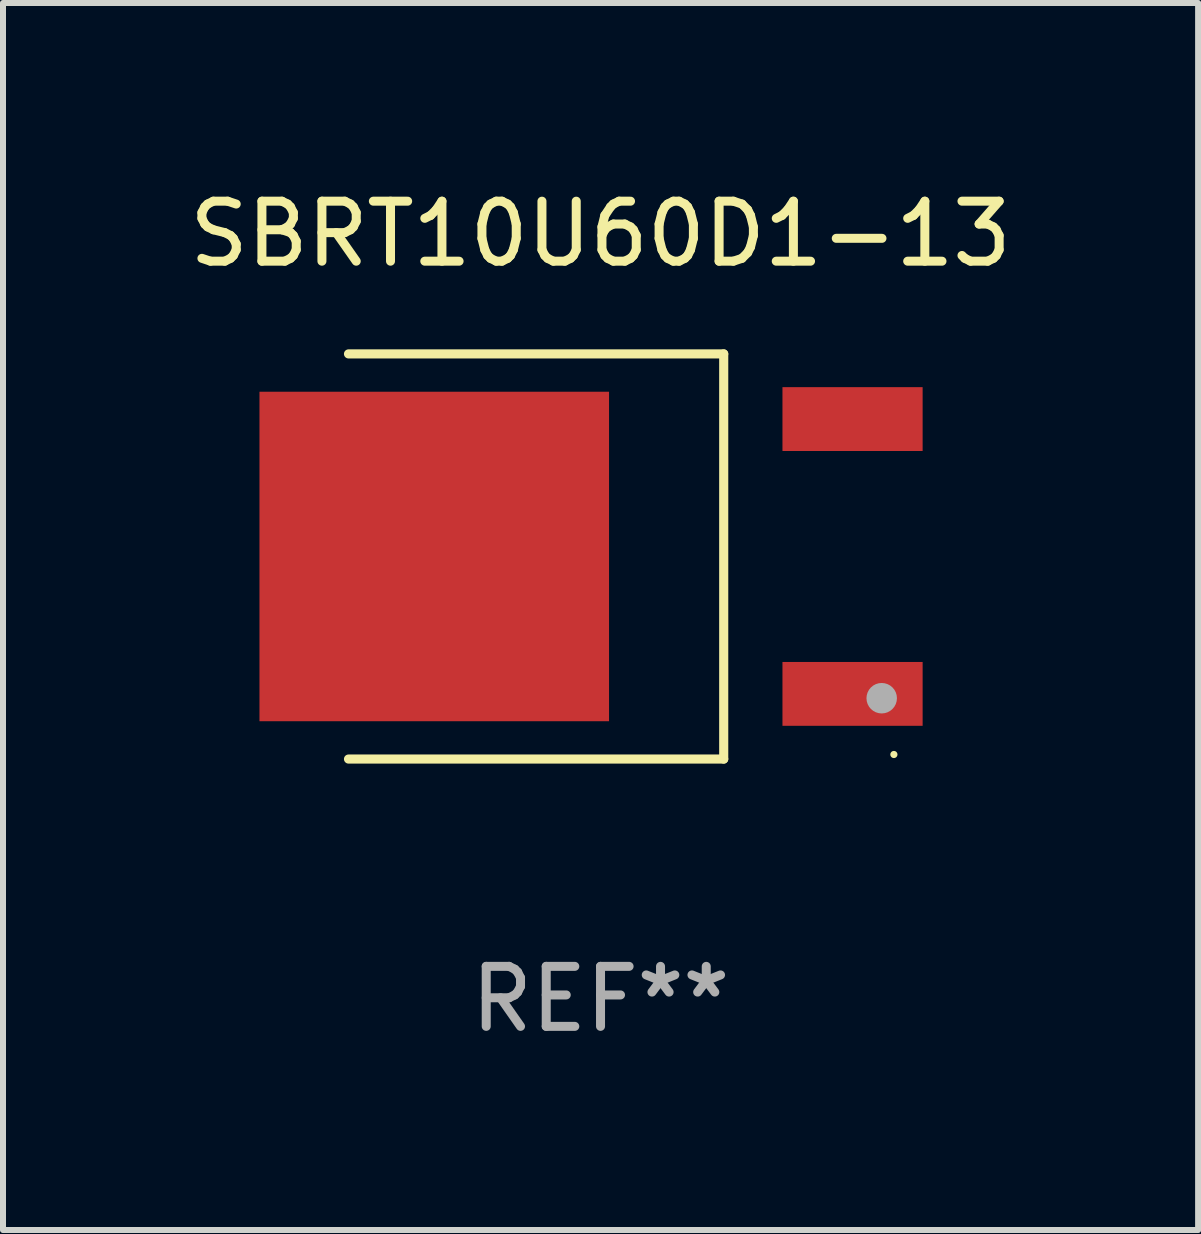
<source format=kicad_pcb>
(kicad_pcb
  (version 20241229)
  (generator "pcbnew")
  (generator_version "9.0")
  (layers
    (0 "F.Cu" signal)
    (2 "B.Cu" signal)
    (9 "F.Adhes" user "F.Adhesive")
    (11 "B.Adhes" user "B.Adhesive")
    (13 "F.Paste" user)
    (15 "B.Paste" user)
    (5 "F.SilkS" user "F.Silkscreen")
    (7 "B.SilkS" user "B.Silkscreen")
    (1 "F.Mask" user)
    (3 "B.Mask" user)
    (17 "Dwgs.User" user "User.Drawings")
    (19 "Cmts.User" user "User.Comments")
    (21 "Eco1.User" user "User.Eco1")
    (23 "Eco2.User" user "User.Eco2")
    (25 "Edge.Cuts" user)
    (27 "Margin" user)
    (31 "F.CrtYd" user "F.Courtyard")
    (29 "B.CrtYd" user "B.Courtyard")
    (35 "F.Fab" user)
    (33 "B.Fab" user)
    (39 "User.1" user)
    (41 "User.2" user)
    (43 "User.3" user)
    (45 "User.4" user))
  (footprint "SBRT10U60D1-13"
    (layer "F.Cu")
    (at 6.958 6.224)
    (property "Reference" "SBRT10U60D1-13" (at 0 -5.376 0) (layer "F.SilkS") (effects (font (size 1 1) (thickness 0.15))))
    (attr through_hole)
    (fp_line (start -4.2 -3.376) (end 2.053 -3.376) (stroke (width 0.152) (type solid)) (layer "F.SilkS"))
    (fp_line (start -4.2 3.376) (end 2.053 3.376) (stroke (width 0.152) (type solid)) (layer "F.SilkS"))
    (fp_line (start 2.053 3.376) (end 2.053 -3.376) (stroke (width 0.152) (type solid)) (layer "F.SilkS"))
    (fp_circle (center 4.889 3.3) (end 4.919 3.3) (stroke (width 0.06) (type solid)) (fill no) (layer "F.SilkS"))
    (fp_circle (center 4.686 2.362) (end 4.813 2.362) (stroke (width 0.254) (type solid)) (fill no) (layer "F.Fab"))
    (fp_text user "REF**" (at 0 7.376 0) (layer "F.Fab") (effects (font (size 1 1) (thickness 0.15))))
    (pad "1" smd rect (at 4.2 2.29) (size 2.336 1.064) (layers "F.Cu" "F.Mask" "F.Paste"))
    (pad "3" smd rect (at 4.2 -2.29) (size 2.336 1.064) (layers "F.Cu" "F.Mask" "F.Paste"))
    (pad "4" smd rect (at -2.771 0) (size 5.826 5.491) (layers "F.Cu" "F.Mask" "F.Paste")))
  (gr_rect
    (start -3 -3)
    (end 16.917 17.449)
    (stroke (width 0.1) (type default))
    (fill no)
    (layer "Edge.Cuts")))
</source>
